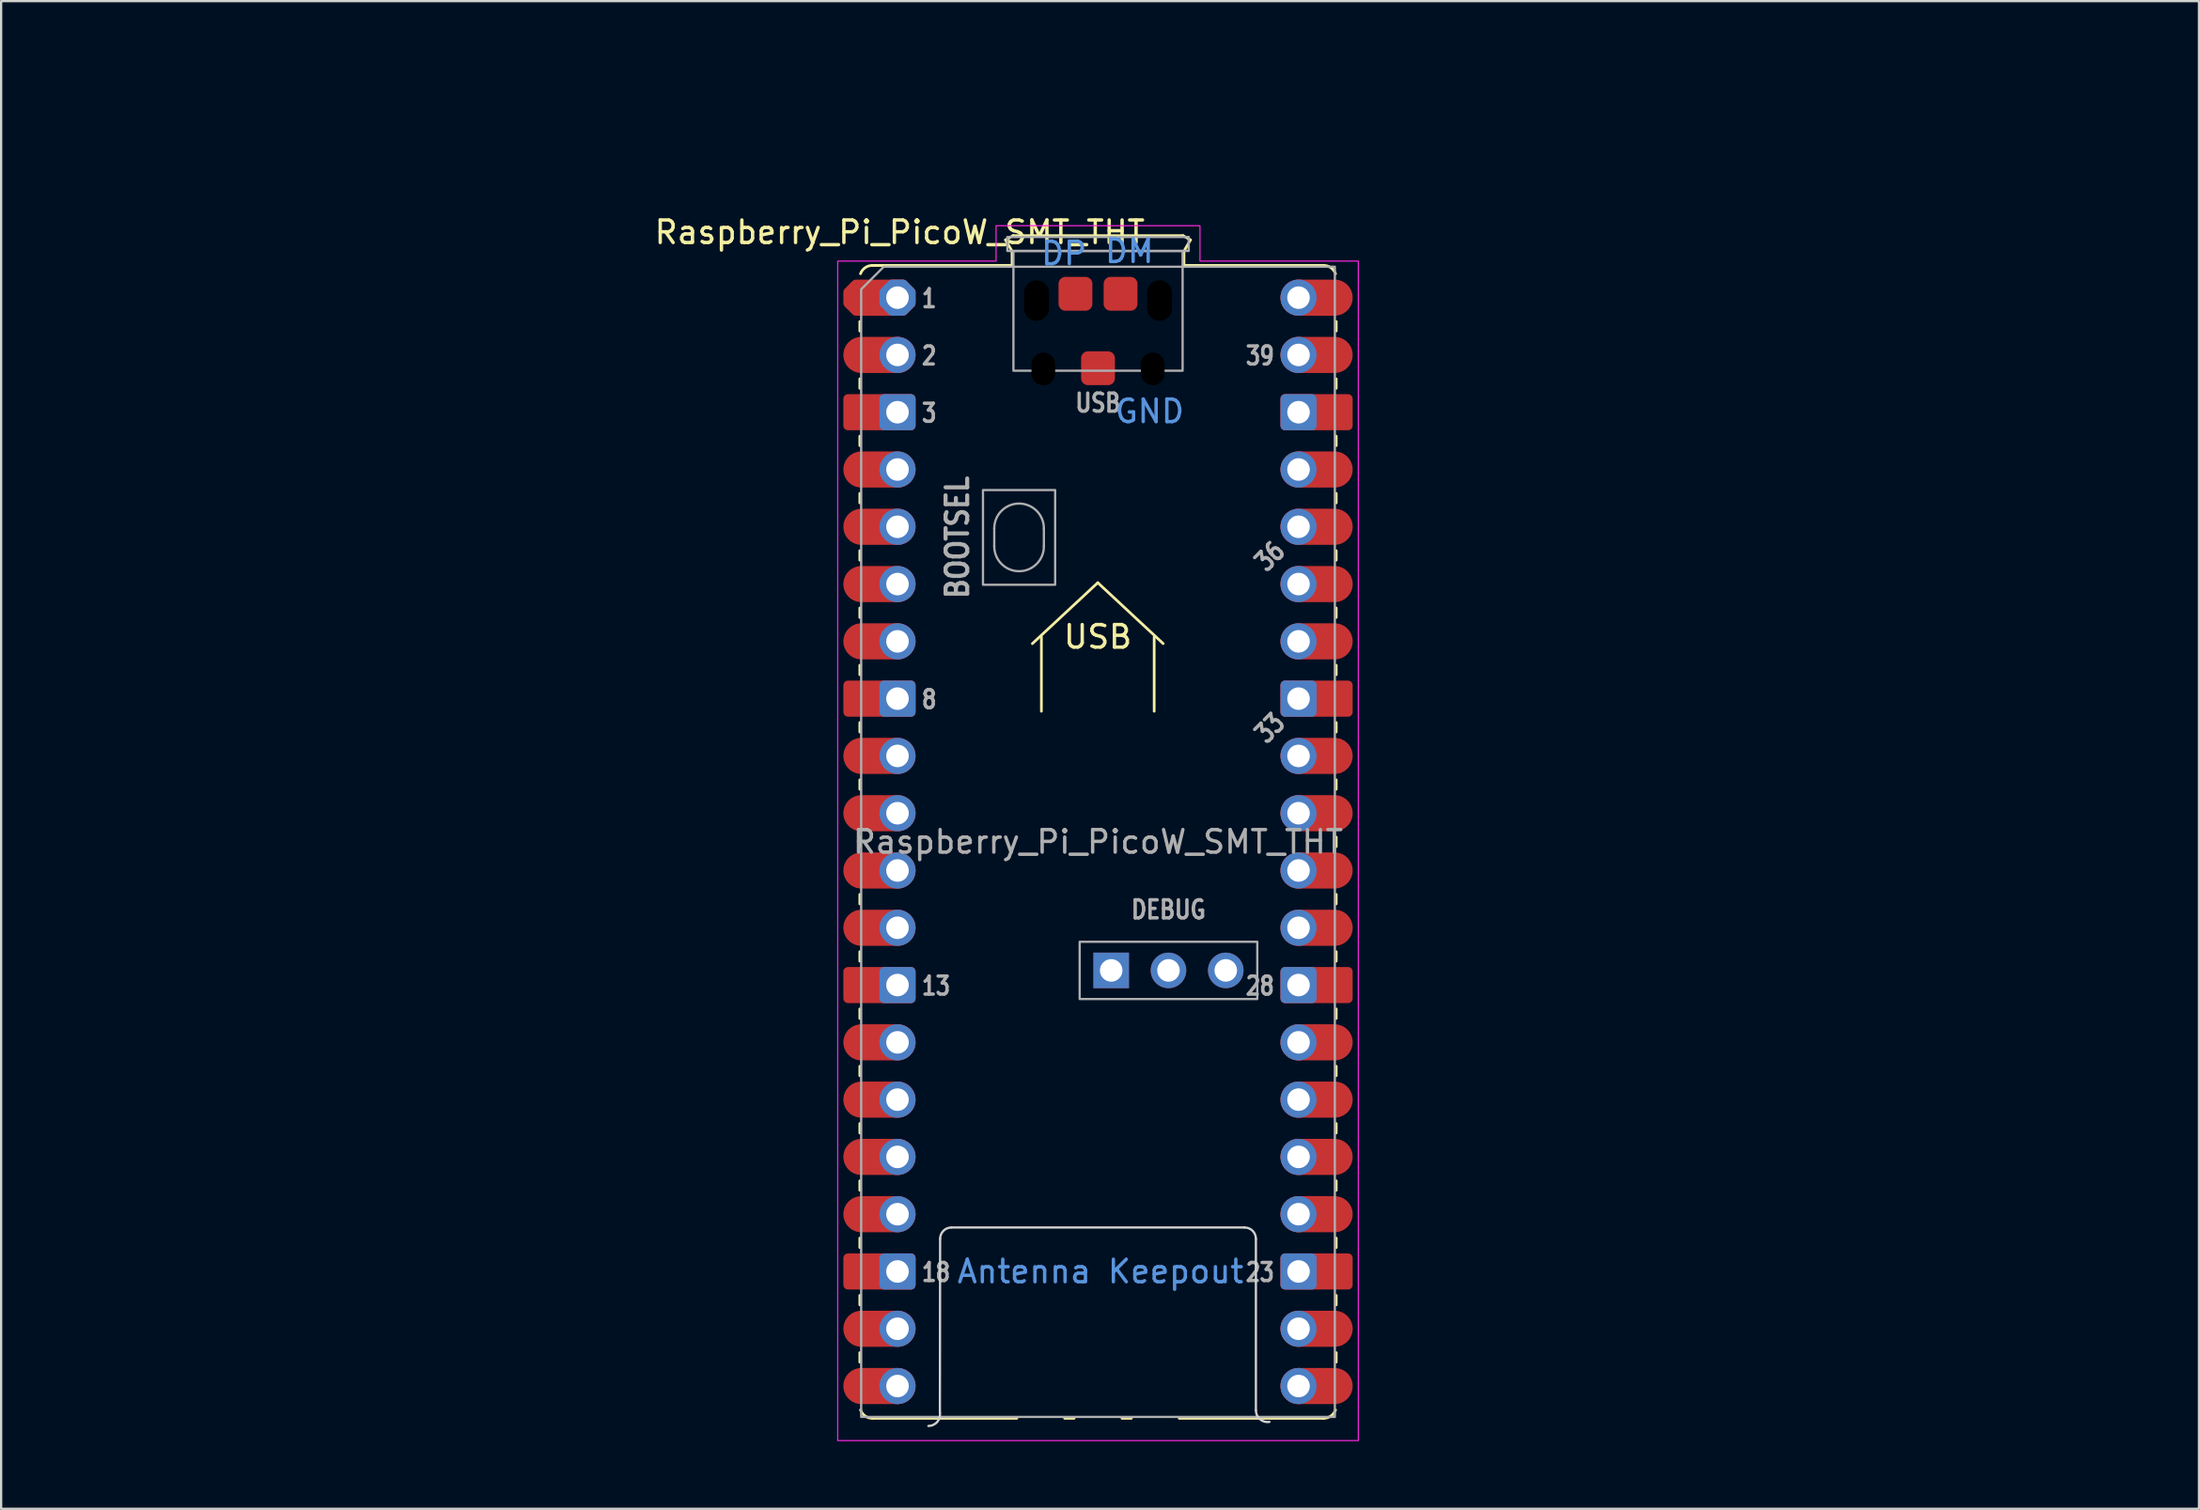
<source format=kicad_pcb>
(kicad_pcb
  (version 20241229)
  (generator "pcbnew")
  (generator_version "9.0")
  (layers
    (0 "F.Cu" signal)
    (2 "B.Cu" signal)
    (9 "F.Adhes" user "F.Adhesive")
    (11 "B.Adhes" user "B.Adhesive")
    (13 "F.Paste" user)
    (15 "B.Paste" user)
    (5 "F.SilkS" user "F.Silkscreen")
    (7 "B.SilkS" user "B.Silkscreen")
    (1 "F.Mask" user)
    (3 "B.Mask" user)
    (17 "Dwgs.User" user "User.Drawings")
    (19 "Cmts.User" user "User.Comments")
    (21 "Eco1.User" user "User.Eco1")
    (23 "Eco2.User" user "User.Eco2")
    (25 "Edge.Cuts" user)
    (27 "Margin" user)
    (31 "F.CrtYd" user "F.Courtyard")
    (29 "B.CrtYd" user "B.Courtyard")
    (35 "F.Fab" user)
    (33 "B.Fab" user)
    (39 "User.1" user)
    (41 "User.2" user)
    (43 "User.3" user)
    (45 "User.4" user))
  (footprint "Raspberry_Pi_PicoW_SMT_THT"
    (layer "F.Cu")
    (at 45.62 34.188)
    (property "Reference" "Raspberry_Pi_PicoW_SMT_THT" (at -8.78 -26.94 0) (layer "F.SilkS") (effects (font (size 1 1) (thickness 0.15))))
    (attr through_hole)
    (fp_line (start -10.55 -22.98) (end -10.55 -22.56) (stroke (width 0.12) (type solid)) (layer "F.SilkS"))
    (fp_line (start -10.55 -20.44) (end -10.55 -20.02) (stroke (width 0.12) (type solid)) (layer "F.SilkS"))
    (fp_line (start -10.55 -17.9) (end -10.55 -17.48) (stroke (width 0.12) (type solid)) (layer "F.SilkS"))
    (fp_line (start -10.55 -15.36) (end -10.55 -14.94) (stroke (width 0.12) (type solid)) (layer "F.SilkS"))
    (fp_line (start -10.55 -12.82) (end -10.55 -12.4) (stroke (width 0.12) (type solid)) (layer "F.SilkS"))
    (fp_line (start -10.55 -10.28) (end -10.55 -9.86) (stroke (width 0.12) (type solid)) (layer "F.SilkS"))
    (fp_line (start -10.55 -7.74) (end -10.55 -7.32) (stroke (width 0.12) (type solid)) (layer "F.SilkS"))
    (fp_line (start -10.55 -5.2) (end -10.55 -4.78) (stroke (width 0.12) (type solid)) (layer "F.SilkS"))
    (fp_line (start -10.55 -2.66) (end -10.55 -2.24) (stroke (width 0.12) (type solid)) (layer "F.SilkS"))
    (fp_line (start -10.55 -0.12) (end -10.55 0.3) (stroke (width 0.12) (type solid)) (layer "F.SilkS"))
    (fp_line (start -10.55 2.42) (end -10.55 2.84) (stroke (width 0.12) (type solid)) (layer "F.SilkS"))
    (fp_line (start -10.55 4.96) (end -10.55 5.38) (stroke (width 0.12) (type solid)) (layer "F.SilkS"))
    (fp_line (start -10.55 7.5) (end -10.55 7.92) (stroke (width 0.12) (type solid)) (layer "F.SilkS"))
    (fp_line (start -10.55 10.04) (end -10.55 10.46) (stroke (width 0.12) (type solid)) (layer "F.SilkS"))
    (fp_line (start -10.55 12.58) (end -10.55 13) (stroke (width 0.12) (type solid)) (layer "F.SilkS"))
    (fp_line (start -10.55 15.12) (end -10.55 15.54) (stroke (width 0.12) (type solid)) (layer "F.SilkS"))
    (fp_line (start -10.55 17.66) (end -10.55 18.08) (stroke (width 0.12) (type solid)) (layer "F.SilkS"))
    (fp_line (start -10.55 20.2) (end -10.55 20.62) (stroke (width 0.12) (type solid)) (layer "F.SilkS"))
    (fp_line (start -10.55 22.74) (end -10.55 23.16) (stroke (width 0.12) (type solid)) (layer "F.SilkS"))
    (fp_line (start -9.99 -25.47) (end -3.8 -25.47) (stroke (width 0.12) (type solid)) (layer "F.SilkS"))
    (fp_line (start -9.99 25.65) (end -3.59 25.65) (stroke (width 0.12) (type solid)) (layer "F.SilkS"))
    (fp_line (start -4.09 -26.6) (end -3.76 -26.79) (stroke (width 0.12) (type solid)) (layer "F.SilkS"))
    (fp_line (start -3.8 -26.1) (end -4.09 -26.6) (stroke (width 0.12) (type solid)) (layer "F.SilkS"))
    (fp_line (start -3.8 -25.47) (end -9.99 -25.47) (stroke (width 0.12) (type solid)) (layer "F.SilkS"))
    (fp_line (start -3.8 -25.47) (end -3.8 -26.1) (stroke (width 0.12) (type solid)) (layer "F.SilkS"))
    (fp_line (start -3.76 -26.79) (end 3.78 -26.79) (stroke (width 0.12) (type solid)) (layer "F.SilkS"))
    (fp_line (start -2.9 -8.7) (end 0 -11.4) (stroke (width 0.12) (type solid)) (layer "F.SilkS"))
    (fp_line (start -2.5 -5.7) (end -2.5 -9) (stroke (width 0.12) (type solid)) (layer "F.SilkS"))
    (fp_line (start -1.47 25.65) (end -1.05 25.65) (stroke (width 0.12) (type solid)) (layer "F.SilkS"))
    (fp_line (start 0 -11.4) (end 2.9 -8.7) (stroke (width 0.12) (type solid)) (layer "F.SilkS"))
    (fp_line (start 1.07 25.65) (end 1.49 25.65) (stroke (width 0.12) (type solid)) (layer "F.SilkS"))
    (fp_line (start 2.5 -5.7) (end 2.5 -9) (stroke (width 0.12) (type solid)) (layer "F.SilkS"))
    (fp_line (start 3.61 25.65) (end 10.01 25.65) (stroke (width 0.12) (type solid)) (layer "F.SilkS"))
    (fp_line (start 3.78 -26.79) (end 4.11 -26.6) (stroke (width 0.12) (type solid)) (layer "F.SilkS"))
    (fp_line (start 3.82 -26.1) (end 3.82 -25.47) (stroke (width 0.12) (type solid)) (layer "F.SilkS"))
    (fp_line (start 4.11 -26.6) (end 3.82 -26.1) (stroke (width 0.12) (type solid)) (layer "F.SilkS"))
    (fp_line (start 10.01 -25.47) (end 3.82 -25.47) (stroke (width 0.12) (type solid)) (layer "F.SilkS"))
    (fp_line (start 10.57 -22.98) (end 10.57 -22.56) (stroke (width 0.12) (type solid)) (layer "F.SilkS"))
    (fp_line (start 10.57 -20.44) (end 10.57 -20.02) (stroke (width 0.12) (type solid)) (layer "F.SilkS"))
    (fp_line (start 10.57 -17.9) (end 10.57 -17.48) (stroke (width 0.12) (type solid)) (layer "F.SilkS"))
    (fp_line (start 10.57 -15.36) (end 10.57 -14.94) (stroke (width 0.12) (type solid)) (layer "F.SilkS"))
    (fp_line (start 10.57 -12.82) (end 10.57 -12.4) (stroke (width 0.12) (type solid)) (layer "F.SilkS"))
    (fp_line (start 10.57 -10.28) (end 10.57 -9.86) (stroke (width 0.12) (type solid)) (layer "F.SilkS"))
    (fp_line (start 10.57 -7.74) (end 10.57 -7.32) (stroke (width 0.12) (type solid)) (layer "F.SilkS"))
    (fp_line (start 10.57 -5.2) (end 10.57 -4.78) (stroke (width 0.12) (type solid)) (layer "F.SilkS"))
    (fp_line (start 10.57 -2.66) (end 10.57 -2.24) (stroke (width 0.12) (type solid)) (layer "F.SilkS"))
    (fp_line (start 10.57 -0.12) (end 10.57 0.3) (stroke (width 0.12) (type solid)) (layer "F.SilkS"))
    (fp_line (start 10.57 2.42) (end 10.57 2.84) (stroke (width 0.12) (type solid)) (layer "F.SilkS"))
    (fp_line (start 10.57 4.96) (end 10.57 5.38) (stroke (width 0.12) (type solid)) (layer "F.SilkS"))
    (fp_line (start 10.57 7.5) (end 10.57 7.92) (stroke (width 0.12) (type solid)) (layer "F.SilkS"))
    (fp_line (start 10.57 10.04) (end 10.57 10.46) (stroke (width 0.12) (type solid)) (layer "F.SilkS"))
    (fp_line (start 10.57 12.58) (end 10.57 13) (stroke (width 0.12) (type solid)) (layer "F.SilkS"))
    (fp_line (start 10.57 15.12) (end 10.57 15.54) (stroke (width 0.12) (type solid)) (layer "F.SilkS"))
    (fp_line (start 10.57 17.66) (end 10.57 18.08) (stroke (width 0.12) (type solid)) (layer "F.SilkS"))
    (fp_line (start 10.57 20.2) (end 10.57 20.62) (stroke (width 0.12) (type solid)) (layer "F.SilkS"))
    (fp_line (start 10.57 22.74) (end 10.57 23.16) (stroke (width 0.12) (type solid)) (layer "F.SilkS"))
    (fp_arc (start -10.52 -25.1) (mid -10.313508 -25.368808) (end -9.99 -25.47) (stroke (width 0.12) (type solid)) (layer "F.SilkS"))
    (fp_arc (start -9.99 25.65) (mid -10.313508 25.548809) (end -10.52 25.28) (stroke (width 0.12) (type solid)) (layer "F.SilkS"))
    (fp_arc (start 10.01 -25.47) (mid 10.333529 -25.368823) (end 10.54 -25.1) (stroke (width 0.12) (type solid)) (layer "F.SilkS"))
    (fp_arc (start 10.54 25.28) (mid 10.333497 25.548778) (end 10.01 25.65) (stroke (width 0.12) (type solid)) (layer "F.SilkS"))
    (fp_line (start -7 25.39) (end -6.99 17.69) (stroke (width 0.1) (type solid)) (layer "Edge.Cuts"))
    (fp_line (start -6.49 17.19) (end 6.51 17.19) (stroke (width 0.1) (type solid)) (layer "Edge.Cuts"))
    (fp_line (start 7.01 17.69) (end 7.01 25.3) (stroke (width 0.1) (type solid)) (layer "Edge.Cuts"))
    (fp_arc (start -7 25.39) (mid -7.116269 25.807922) (end -7.51 25.99) (stroke (width 0.1) (type solid)) (layer "Edge.Cuts"))
    (fp_arc (start -6.99 17.69) (mid -6.843553 17.336447) (end -6.49 17.19) (stroke (width 0.1) (type solid)) (layer "Edge.Cuts"))
    (fp_arc (start 6.51 17.19) (mid 6.863553 17.336447) (end 7.01 17.69) (stroke (width 0.1) (type solid)) (layer "Edge.Cuts"))
    (fp_arc (start 7.61 25.81) (mid 7.192078 25.693732) (end 7.01 25.3) (stroke (width 0.1) (type solid)) (layer "Edge.Cuts"))
    (fp_poly (pts (xy 4.53 -25.66) (xy 11.55 -25.66) (xy 11.55 26.64) (xy -11.53 26.64) (xy -11.53 -25.66) (xy -4.51 -25.66) (xy -4.51 -27.23) (xy 4.53 -27.23)) (stroke (width 0.05) (type solid)) (fill no) (layer "F.CrtYd"))
    (fp_line (start -4.59 -13.81) (end -4.59 -13.01) (stroke (width 0.1) (type solid)) (layer "F.Fab"))
    (fp_line (start -2.39 -13.81) (end -2.39 -13.01) (stroke (width 0.1) (type solid)) (layer "F.Fab"))
    (fp_rect (start -5.09 -15.51) (end -1.89 -11.31) (stroke (width 0.1) (type solid)) (fill no) (layer "F.Fab"))
    (fp_rect (start -4.01 -26.73) (end 4.03 -26.11) (stroke (width 0.1) (type solid)) (fill no) (layer "F.Fab"))
    (fp_rect (start -3.74 -26.11) (end 3.76 -20.8) (stroke (width 0.1) (type solid)) (fill no) (layer "F.Fab"))
    (fp_rect (start -0.803 4.52) (end 7.071 7.06) (stroke (width 0.1) (type solid)) (fill no) (layer "F.Fab"))
    (fp_arc (start -4.59 -13.81) (mid -3.49 -14.91) (end -2.39 -13.81) (stroke (width 0.1) (type solid)) (layer "F.Fab"))
    (fp_arc (start -2.39 -13.01) (mid -3.49 -11.91) (end -4.59 -13.01) (stroke (width 0.1) (type solid)) (layer "F.Fab"))
    (fp_poly (pts (xy 10.51 25.59) (xy -10.49 25.59) (xy -10.49 -24.41) (xy -9.49 -25.41) (xy 10.51 -25.41)) (stroke (width 0.1) (type solid)) (fill no) (layer "F.Fab"))
    (fp_text user "USB" (at 0 -9 0) (unlocked yes) (layer "F.SilkS") (effects (font (size 1 1) (thickness 0.15))))
    (fp_text user "DM" (at 1.4 -26.1 0) (unlocked yes) (layer "Cmts.User") (effects (font (size 1 1) (thickness 0.15))))
    (fp_text user "GND" (at 2.3 -19 0) (unlocked yes) (layer "Cmts.User") (effects (font (size 1 1) (thickness 0.15))))
    (fp_text user "DP" (at -1.5 -26 0) (unlocked yes) (layer "Cmts.User") (effects (font (size 1 1) (thickness 0.15))))
    (fp_text user "Antenna Keepout" (at 0.12 19.14 0) (unlocked yes) (layer "Cmts.User") (effects (font (size 1 1) (thickness 0.15))))
    (fp_text user "13" (at -7.88 6.478 0) (unlocked yes) (layer "F.Fab") (effects (font (size 0.8 0.64) (thickness 0.15)) (justify left)))
    (fp_text user "1" (at -7.88 -24.002 0) (unlocked yes) (layer "F.Fab") (effects (font (size 0.8 0.64) (thickness 0.15)) (justify left)))
    (fp_text user "23" (at 7.9 19.178 0) (unlocked yes) (layer "F.Fab") (effects (font (size 0.8 0.64) (thickness 0.15)) (justify right)))
    (fp_text user "${REFERENCE}" (at 0.01 0.09 0) (unlocked yes) (layer "F.Fab") (effects (font (size 1 1) (thickness 0.15))))
    (fp_text user "3" (at -7.88 -18.922 0) (unlocked yes) (layer "F.Fab") (effects (font (size 0.8 0.64) (thickness 0.15)) (justify left)))
    (fp_text user "36" (at 7.63 -12.572 45) (unlocked yes) (layer "F.Fab") (effects (font (size 0.8 0.64) (thickness 0.15))))
    (fp_text user "33" (at 7.63 -4.952 45) (unlocked yes) (layer "F.Fab") (effects (font (size 0.8 0.64) (thickness 0.15))))
    (fp_text user "BOOTSEL" (at -6.224 -13.41 90) (unlocked yes) (layer "F.Fab") (effects (font (size 0.96 0.825) (thickness 0.18))))
    (fp_text user "DEBUG" (at 3.134 3.098 0) (unlocked yes) (layer "F.Fab") (effects (font (size 0.8 0.66) (thickness 0.15))))
    (fp_text user "2" (at -7.88 -21.462 0) (unlocked yes) (layer "F.Fab") (effects (font (size 0.8 0.64) (thickness 0.15)) (justify left)))
    (fp_text user "39" (at 7.9 -21.462 0) (unlocked yes) (layer "F.Fab") (effects (font (size 0.8 0.64) (thickness 0.15)) (justify right)))
    (fp_text user "18" (at -7.88 19.178 0) (unlocked yes) (layer "F.Fab") (effects (font (size 0.8 0.64) (thickness 0.15)) (justify left)))
    (fp_text user "28" (at 7.9 6.478 0) (unlocked yes) (layer "F.Fab") (effects (font (size 0.8 0.64) (thickness 0.15)) (justify right)))
    (fp_text user "8" (at -7.88 -6.222 0) (unlocked yes) (layer "F.Fab") (effects (font (size 0.8 0.64) (thickness 0.15)) (justify left)))
    (fp_text user "USB" (at 0.01 -19.372 0) (unlocked yes) (layer "F.Fab") (effects (font (size 0.8 0.66) (thickness 0.15))))
    (fp_text user "Public Domain As Per:" (at 0.82 -33.34 0) (unlocked yes) (layer "User.1") (effects (font (size 1 1) (thickness 0.15))))
    (fp_text user "This public domain footprint does not match the original source as it has been modified to better fit this application" (at 0.1 -29.8 0) (unlocked yes) (layer "User.1") (effects (font (size 1 1) (thickness 0.15))))
    (fp_text user "https://forum.kicad.info/t/are-there-pi-pico-library-files-available-for-kicad-6/35844/12" (at 0.12 -31.54 0) (unlocked yes) (layer "User.1") (effects (font (size 1 1) (thickness 0.15))))
    (pad "" np_thru_hole oval (at -2.715 -23.91) (size 1.1 1.8) (drill oval 1.1 1.8) (layers "*.Mask"))
    (pad "" np_thru_hole oval (at -2.415 -20.88) (size 1.05 1.45) (drill oval 1.05 1.45) (layers "*.Mask"))
    (pad "" np_thru_hole oval (at 2.435 -20.88) (size 1.05 1.45) (drill oval 1.05 1.45) (layers "*.Mask"))
    (pad "" np_thru_hole oval (at 2.735 -23.91) (size 1.1 1.8) (drill oval 1.1 1.8) (layers "*.Mask"))
    (pad "1" smd custom (at -10.48 -24.04) (size 1.6 1.6) (layers "F.Cu" "F.Mask") (options (anchor circle)) (primitives (gr_poly (pts (xy 2.2 0.249) (xy 1.849 0.6) (xy -0.249 0.6) (xy -0.6 0.249) (xy -0.6 -0.249) (xy -0.249 -0.6) (xy 1.849 -0.6) (xy 2.2 -0.249)) (width 0.4) (fill yes))))
    (pad "1" thru_hole custom (at -8.88 -24.04) (size 1.6 1.6) (drill 1) (layers "*.Cu" "*.Mask") (options (anchor circle)) (primitives (gr_poly (pts (xy 0.6 0.249) (xy 0.249 0.6) (xy -0.249 0.6) (xy -0.6 0.249) (xy -0.6 -0.249) (xy -0.249 -0.6) (xy 0.249 -0.6) (xy 0.6 -0.249)) (width 0.4) (fill yes))))
    (pad "2" smd oval (at -10.48 -21.5) (size 3.2 1.6) (drill (offset 0.8 0)) (layers "F.Cu" "F.Mask"))
    (pad "2" thru_hole circle (at -8.88 -21.5) (size 1.6 1.6) (drill 1) (layers "*.Cu" "*.Mask"))
    (pad "3" smd roundrect (at -10.48 -18.96) (size 3.2 1.6) (drill (offset 0.8 0)) (layers "F.Cu" "F.Mask") (roundrect_rratio 0.125))
    (pad "3" thru_hole roundrect (at -8.88 -18.96) (size 1.6 1.6) (drill 1) (layers "*.Cu" "*.Mask") (roundrect_rratio 0.125))
    (pad "4" smd oval (at -10.48 -16.42) (size 3.2 1.6) (drill (offset 0.8 0)) (layers "F.Cu" "F.Mask"))
    (pad "4" thru_hole circle (at -8.88 -16.42) (size 1.6 1.6) (drill 1) (layers "*.Cu" "*.Mask"))
    (pad "5" smd oval (at -10.48 -13.88) (size 3.2 1.6) (drill (offset 0.8 0)) (layers "F.Cu" "F.Mask"))
    (pad "5" thru_hole circle (at -8.88 -13.88) (size 1.6 1.6) (drill 1) (layers "*.Cu" "*.Mask"))
    (pad "6" smd oval (at -10.48 -11.34) (size 3.2 1.6) (drill (offset 0.8 0)) (layers "F.Cu" "F.Mask"))
    (pad "6" thru_hole circle (at -8.88 -11.34) (size 1.6 1.6) (drill 1) (layers "*.Cu" "*.Mask"))
    (pad "7" smd oval (at -10.48 -8.8) (size 3.2 1.6) (drill (offset 0.8 0)) (layers "F.Cu" "F.Mask"))
    (pad "7" thru_hole circle (at -8.88 -8.8) (size 1.6 1.6) (drill 1) (layers "*.Cu" "*.Mask"))
    (pad "8" smd roundrect (at -10.48 -6.26) (size 3.2 1.6) (drill (offset 0.8 0)) (layers "F.Cu" "F.Mask") (roundrect_rratio 0.125))
    (pad "8" thru_hole roundrect (at -8.88 -6.26) (size 1.6 1.6) (drill 1) (layers "*.Cu" "*.Mask") (roundrect_rratio 0.125))
    (pad "9" smd oval (at -10.48 -3.72) (size 3.2 1.6) (drill (offset 0.8 0)) (layers "F.Cu" "F.Mask"))
    (pad "9" thru_hole circle (at -8.88 -3.72) (size 1.6 1.6) (drill 1) (layers "*.Cu" "*.Mask"))
    (pad "10" smd oval (at -10.48 -1.18) (size 3.2 1.6) (drill (offset 0.8 0)) (layers "F.Cu" "F.Mask"))
    (pad "10" thru_hole circle (at -8.88 -1.18) (size 1.6 1.6) (drill 1) (layers "*.Cu" "*.Mask"))
    (pad "11" smd oval (at -10.48 1.36) (size 3.2 1.6) (drill (offset 0.8 0)) (layers "F.Cu" "F.Mask"))
    (pad "11" thru_hole circle (at -8.88 1.36) (size 1.6 1.6) (drill 1) (layers "*.Cu" "*.Mask"))
    (pad "12" smd oval (at -10.48 3.9) (size 3.2 1.6) (drill (offset 0.8 0)) (layers "F.Cu" "F.Mask"))
    (pad "12" thru_hole circle (at -8.88 3.9) (size 1.6 1.6) (drill 1) (layers "*.Cu" "*.Mask"))
    (pad "13" smd roundrect (at -10.48 6.44) (size 3.2 1.6) (drill (offset 0.8 0)) (layers "F.Cu" "F.Mask") (roundrect_rratio 0.125))
    (pad "13" thru_hole roundrect (at -8.88 6.44) (size 1.6 1.6) (drill 1) (layers "*.Cu" "*.Mask") (roundrect_rratio 0.125))
    (pad "14" smd oval (at -10.48 8.98) (size 3.2 1.6) (drill (offset 0.8 0)) (layers "F.Cu" "F.Mask"))
    (pad "14" thru_hole circle (at -8.88 8.98) (size 1.6 1.6) (drill 1) (layers "*.Cu" "*.Mask"))
    (pad "15" smd oval (at -10.48 11.52) (size 3.2 1.6) (drill (offset 0.8 0)) (layers "F.Cu" "F.Mask"))
    (pad "15" thru_hole circle (at -8.88 11.52) (size 1.6 1.6) (drill 1) (layers "*.Cu" "*.Mask"))
    (pad "16" smd oval (at -10.48 14.06) (size 3.2 1.6) (drill (offset 0.8 0)) (layers "F.Cu" "F.Mask"))
    (pad "16" thru_hole circle (at -8.88 14.06) (size 1.6 1.6) (drill 1) (layers "*.Cu" "*.Mask"))
    (pad "17" smd oval (at -10.48 16.6) (size 3.2 1.6) (drill (offset 0.8 0)) (layers "F.Cu" "F.Mask"))
    (pad "17" thru_hole circle (at -8.88 16.6) (size 1.6 1.6) (drill 1) (layers "*.Cu" "*.Mask"))
    (pad "18" smd roundrect (at -10.48 19.14) (size 3.2 1.6) (drill (offset 0.8 0)) (layers "F.Cu" "F.Mask") (roundrect_rratio 0.125))
    (pad "18" thru_hole roundrect (at -8.88 19.14) (size 1.6 1.6) (drill 1) (layers "*.Cu" "*.Mask") (roundrect_rratio 0.125))
    (pad "19" smd oval (at -10.48 21.68) (size 3.2 1.6) (drill (offset 0.8 0)) (layers "F.Cu" "F.Mask"))
    (pad "19" thru_hole circle (at -8.88 21.68) (size 1.6 1.6) (drill 1) (layers "*.Cu" "*.Mask"))
    (pad "20" smd oval (at -10.48 24.22) (size 3.2 1.6) (drill (offset 0.8 0)) (layers "F.Cu" "F.Mask"))
    (pad "20" thru_hole circle (at -8.88 24.22) (size 1.6 1.6) (drill 1) (layers "*.Cu" "*.Mask"))
    (pad "21" thru_hole circle (at 8.9 24.22) (size 1.6 1.6) (drill 1) (layers "*.Cu" "*.Mask"))
    (pad "21" smd oval (at 10.5 24.22) (size 3.2 1.6) (drill (offset -0.8 0)) (layers "F.Cu" "F.Mask"))
    (pad "22" thru_hole circle (at 8.9 21.68) (size 1.6 1.6) (drill 1) (layers "*.Cu" "*.Mask"))
    (pad "22" smd oval (at 10.5 21.68) (size 3.2 1.6) (drill (offset -0.8 0)) (layers "F.Cu" "F.Mask"))
    (pad "23" thru_hole roundrect (at 8.9 19.14) (size 1.6 1.6) (drill 1) (layers "*.Cu" "*.Mask") (roundrect_rratio 0.125))
    (pad "23" smd roundrect (at 10.5 19.14) (size 3.2 1.6) (drill (offset -0.8 0)) (layers "F.Cu" "F.Mask") (roundrect_rratio 0.125))
    (pad "24" thru_hole circle (at 8.9 16.6) (size 1.6 1.6) (drill 1) (layers "*.Cu" "*.Mask"))
    (pad "24" smd oval (at 10.5 16.6) (size 3.2 1.6) (drill (offset -0.8 0)) (layers "F.Cu" "F.Mask"))
    (pad "25" thru_hole circle (at 8.9 14.06) (size 1.6 1.6) (drill 1) (layers "*.Cu" "*.Mask"))
    (pad "25" smd oval (at 10.5 14.06) (size 3.2 1.6) (drill (offset -0.8 0)) (layers "F.Cu" "F.Mask"))
    (pad "26" thru_hole circle (at 8.9 11.52) (size 1.6 1.6) (drill 1) (layers "*.Cu" "*.Mask"))
    (pad "26" smd oval (at 10.5 11.52) (size 3.2 1.6) (drill (offset -0.8 0)) (layers "F.Cu" "F.Mask"))
    (pad "27" thru_hole circle (at 8.9 8.98) (size 1.6 1.6) (drill 1) (layers "*.Cu" "*.Mask"))
    (pad "27" smd oval (at 10.5 8.98) (size 3.2 1.6) (drill (offset -0.8 0)) (layers "F.Cu" "F.Mask"))
    (pad "28" thru_hole roundrect (at 8.9 6.44) (size 1.6 1.6) (drill 1) (layers "*.Cu" "*.Mask") (roundrect_rratio 0.125))
    (pad "28" smd roundrect (at 10.5 6.44) (size 3.2 1.6) (drill (offset -0.8 0)) (layers "F.Cu" "F.Mask") (roundrect_rratio 0.125))
    (pad "29" thru_hole circle (at 8.9 3.9) (size 1.6 1.6) (drill 1) (layers "*.Cu" "*.Mask"))
    (pad "29" smd oval (at 10.5 3.9) (size 3.2 1.6) (drill (offset -0.8 0)) (layers "F.Cu" "F.Mask"))
    (pad "30" thru_hole circle (at 8.9 1.36) (size 1.6 1.6) (drill 1) (layers "*.Cu" "*.Mask"))
    (pad "30" smd oval (at 10.5 1.36) (size 3.2 1.6) (drill (offset -0.8 0)) (layers "F.Cu" "F.Mask"))
    (pad "31" thru_hole circle (at 8.9 -1.18) (size 1.6 1.6) (drill 1) (layers "*.Cu" "*.Mask"))
    (pad "31" smd oval (at 10.5 -1.18) (size 3.2 1.6) (drill (offset -0.8 0)) (layers "F.Cu" "F.Mask"))
    (pad "32" thru_hole circle (at 8.9 -3.72) (size 1.6 1.6) (drill 1) (layers "*.Cu" "*.Mask"))
    (pad "32" smd oval (at 10.5 -3.72) (size 3.2 1.6) (drill (offset -0.8 0)) (layers "F.Cu" "F.Mask"))
    (pad "33" thru_hole roundrect (at 8.9 -6.26) (size 1.6 1.6) (drill 1) (layers "*.Cu" "*.Mask") (roundrect_rratio 0.125))
    (pad "33" smd roundrect (at 10.5 -6.26) (size 3.2 1.6) (drill (offset -0.8 0)) (layers "F.Cu" "F.Mask") (roundrect_rratio 0.125))
    (pad "34" thru_hole circle (at 8.9 -8.8) (size 1.6 1.6) (drill 1) (layers "*.Cu" "*.Mask"))
    (pad "34" smd oval (at 10.5 -8.8) (size 3.2 1.6) (drill (offset -0.8 0)) (layers "F.Cu" "F.Mask"))
    (pad "35" thru_hole circle (at 8.9 -11.34) (size 1.6 1.6) (drill 1) (layers "*.Cu" "*.Mask"))
    (pad "35" smd oval (at 10.5 -11.34) (size 3.2 1.6) (drill (offset -0.8 0)) (layers "F.Cu" "F.Mask"))
    (pad "36" thru_hole circle (at 8.9 -13.88) (size 1.6 1.6) (drill 1) (layers "*.Cu" "*.Mask"))
    (pad "36" smd oval (at 10.5 -13.88) (size 3.2 1.6) (drill (offset -0.8 0)) (layers "F.Cu" "F.Mask"))
    (pad "37" thru_hole circle (at 8.9 -16.42) (size 1.6 1.6) (drill 1) (layers "*.Cu" "*.Mask"))
    (pad "37" smd oval (at 10.5 -16.42) (size 3.2 1.6) (drill (offset -0.8 0)) (layers "F.Cu" "F.Mask"))
    (pad "38" thru_hole roundrect (at 8.9 -18.96) (size 1.6 1.6) (drill 1) (layers "*.Cu" "*.Mask") (roundrect_rratio 0.125))
    (pad "38" smd roundrect (at 10.5 -18.96) (size 3.2 1.6) (drill (offset -0.8 0)) (layers "F.Cu" "F.Mask") (roundrect_rratio 0.125))
    (pad "39" thru_hole circle (at 8.9 -21.5) (size 1.6 1.6) (drill 1) (layers "*.Cu" "*.Mask"))
    (pad "39" smd oval (at 10.5 -21.5) (size 3.2 1.6) (drill (offset -0.8 0)) (layers "F.Cu" "F.Mask"))
    (pad "40" thru_hole circle (at 8.9 -24.04) (size 1.6 1.6) (drill 1) (layers "*.Cu" "*.Mask"))
    (pad "40" smd oval (at 10.5 -24.04) (size 3.2 1.6) (drill (offset -0.8 0)) (layers "F.Cu" "F.Mask"))
    (pad "41" thru_hole rect (at 0.594 5.79) (size 1.575 1.575) (drill 1) (layers "*.Cu" "*.Mask"))
    (pad "42" thru_hole circle (at 3.134 5.79) (size 1.575 1.575) (drill 1) (layers "*.Cu" "*.Mask"))
    (pad "43" thru_hole circle (at 5.674 5.79) (size 1.575 1.575) (drill 1) (layers "*.Cu" "*.Mask"))
    (pad "51" smd roundrect (at 0.01 -20.91) (size 1.5 1.5) (property pad_prop_testpoint) (layers "F.Cu" "F.Mask") (roundrect_rratio 0.2))
    (pad "52" smd roundrect (at 1.01 -24.21) (size 1.5 1.5) (property pad_prop_testpoint) (layers "F.Cu" "F.Mask") (roundrect_rratio 0.2))
    (pad "53" smd roundrect (at -0.99 -24.21) (size 1.5 1.5) (property pad_prop_testpoint) (layers "F.Cu" "F.Mask") (roundrect_rratio 0.2))
    (zone (net_name "") (layer "F.Cu") (name "Test Point Keepout") (hatch full 0.508) (connect_pads) (min_thickness 0.254) (filled_areas_thickness no) (keepout (tracks not_allowed) (vias not_allowed) (pads allowed) (copperpour not_allowed) (footprints allowed)) (placement (enabled no)) (fill) (polygon (pts (xy 43.92 17.588) (xy 42.32 17.588) (xy 42.32 15.988) (xy 43.92 15.988))))
    (zone (net_name "") (layer "F.Cu") (name "Test Point Keepout") (hatch full 0.508) (connect_pads) (min_thickness 0.254) (filled_areas_thickness no) (keepout (tracks not_allowed) (vias not_allowed) (pads allowed) (copperpour not_allowed) (footprints allowed)) (placement (enabled no)) (fill) (polygon (pts (xy 43.92 20.088) (xy 42.32 20.088) (xy 42.32 18.488) (xy 43.92 18.488))))
    (zone (net_name "") (layer "F.Cu") (name "Test Point Keepout") (hatch full 0.508) (connect_pads) (min_thickness 0.254) (filled_areas_thickness no) (keepout (tracks not_allowed) (vias not_allowed) (pads allowed) (copperpour not_allowed) (footprints allowed)) (placement (enabled no)) (fill) (polygon (pts (xy 43.92 22.588) (xy 42.32 22.588) (xy 42.32 20.988) (xy 43.92 20.988))))
    (zone (net_name "") (layers "F.Cu" "F.Mask" "B.Cu" "B.Mask" "F.SilkS" "B.SilkS" "F.Adhes" "B.Adhes" "F.Paste" "B.Paste") (name "Antenna Keepout") (hatch full 0.508) (connect_pads) (min_thickness 0.254) (filled_areas_thickness no) (keepout (tracks not_allowed) (vias not_allowed) (pads not_allowed) (copperpour not_allowed) (footprints not_allowed)) (placement (enabled no)) (fill) (polygon (pts (xy 52.63 59.778) (xy 38.63 59.778) (xy 38.63 51.378) (xy 52.63 51.378)))))
  (gr_rect
    (start -3 -3)
    (end 94.44 63.853)
    (stroke (width 0.1) (type default))
    (fill no)
    (layer "Edge.Cuts")))
</source>
